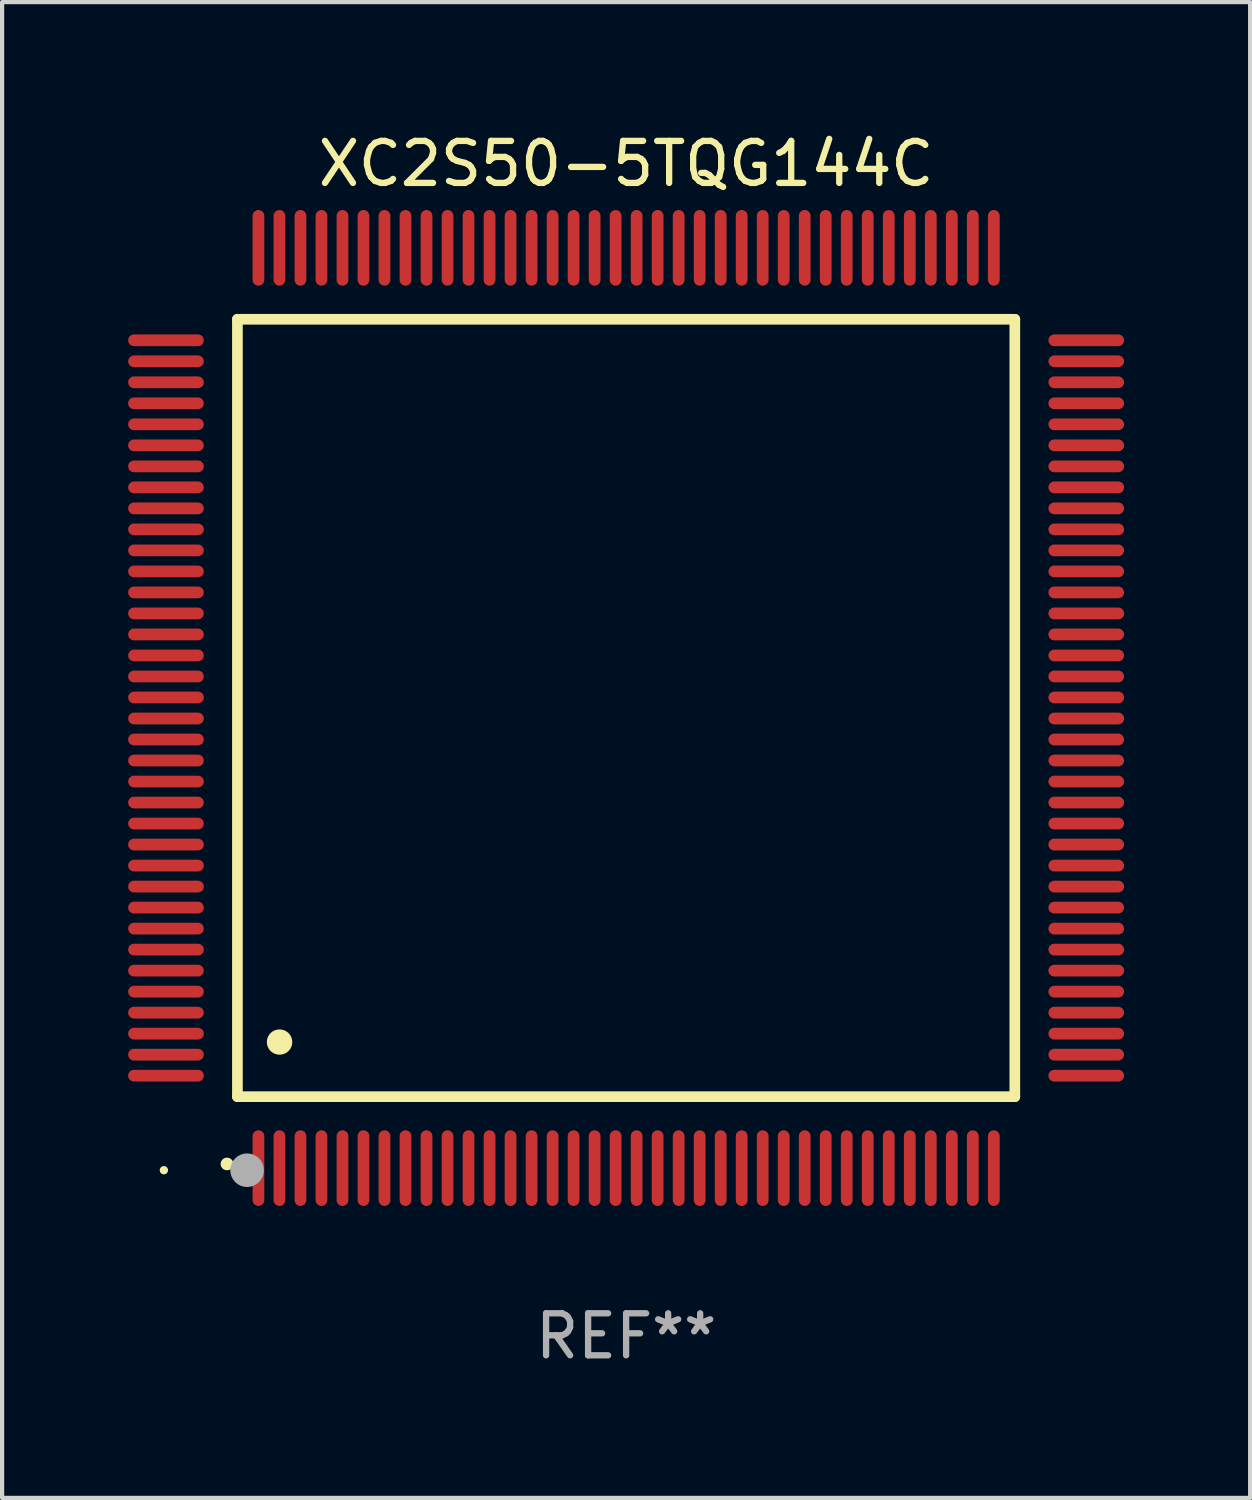
<source format=kicad_pcb>
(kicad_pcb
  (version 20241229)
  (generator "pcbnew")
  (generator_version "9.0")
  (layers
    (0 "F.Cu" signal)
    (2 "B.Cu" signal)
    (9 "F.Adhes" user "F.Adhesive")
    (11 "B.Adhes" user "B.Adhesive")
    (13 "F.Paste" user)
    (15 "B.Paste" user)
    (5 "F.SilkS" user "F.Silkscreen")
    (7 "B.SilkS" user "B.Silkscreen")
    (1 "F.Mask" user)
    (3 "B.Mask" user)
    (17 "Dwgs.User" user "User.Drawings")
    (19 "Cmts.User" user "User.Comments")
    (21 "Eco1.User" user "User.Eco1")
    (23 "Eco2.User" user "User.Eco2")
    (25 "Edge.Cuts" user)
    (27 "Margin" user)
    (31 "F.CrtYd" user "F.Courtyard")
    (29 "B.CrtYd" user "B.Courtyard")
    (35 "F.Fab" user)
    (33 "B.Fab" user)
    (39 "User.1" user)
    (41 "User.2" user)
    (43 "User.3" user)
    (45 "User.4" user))
  (footprint "XC2S50-5TQG144C"
    (layer "F.Cu")
    (at 11.85 13.798)
    (property "Reference" "XC2S50-5TQG144C" (at 0 -12.95 0) (layer "F.SilkS") (effects (font (size 1 1) (thickness 0.15))))
    (attr through_hole)
    (fp_line (start -9.25 -9.25) (end -9.25 9.25) (stroke (width 0.254) (type solid)) (layer "F.SilkS"))
    (fp_line (start -9.25 9.25) (end 9.25 9.25) (stroke (width 0.254) (type solid)) (layer "F.SilkS"))
    (fp_line (start 9.25 -9.25) (end -9.25 -9.25) (stroke (width 0.254) (type solid)) (layer "F.SilkS"))
    (fp_line (start 9.25 9.25) (end 9.25 -9.25) (stroke (width 0.254) (type solid)) (layer "F.SilkS"))
    (fp_arc (start -9.499619 10.850902) (mid -9.498349 10.850897) (end -9.497079 10.850902) (stroke (width 0.3) (type solid)) (layer "F.SilkS"))
    (fp_arc (start -8.249936 7.950216) (mid -8.247396 7.950205) (end -8.244856 7.950216) (stroke (width 0.6) (type solid)) (layer "F.SilkS"))
    (fp_circle (center -11 11) (end -10.95 11) (stroke (width 0.1) (type solid)) (fill no) (layer "F.SilkS"))
    (fp_circle (center -9.02 11) (end -8.82 11) (stroke (width 0.4) (type solid)) (fill no) (layer "F.Fab"))
    (fp_text user "REF**" (at 0 14.95 0) (layer "F.Fab") (effects (font (size 1 1) (thickness 0.15))))
    (pad "1" smd oval (at -8.75 10.95) (size 0.28 1.8) (layers "F.Cu" "F.Mask" "F.Paste"))
    (pad "2" smd oval (at -8.25 10.95) (size 0.28 1.8) (layers "F.Cu" "F.Mask" "F.Paste"))
    (pad "3" smd oval (at -7.75 10.95) (size 0.28 1.8) (layers "F.Cu" "F.Mask" "F.Paste"))
    (pad "4" smd oval (at -7.25 10.95) (size 0.28 1.8) (layers "F.Cu" "F.Mask" "F.Paste"))
    (pad "5" smd oval (at -6.75 10.95) (size 0.28 1.8) (layers "F.Cu" "F.Mask" "F.Paste"))
    (pad "6" smd oval (at -6.25 10.95) (size 0.28 1.8) (layers "F.Cu" "F.Mask" "F.Paste"))
    (pad "7" smd oval (at -5.75 10.95) (size 0.28 1.8) (layers "F.Cu" "F.Mask" "F.Paste"))
    (pad "8" smd oval (at -5.25 10.95) (size 0.28 1.8) (layers "F.Cu" "F.Mask" "F.Paste"))
    (pad "9" smd oval (at -4.75 10.95) (size 0.28 1.8) (layers "F.Cu" "F.Mask" "F.Paste"))
    (pad "10" smd oval (at -4.25 10.95) (size 0.28 1.8) (layers "F.Cu" "F.Mask" "F.Paste"))
    (pad "11" smd oval (at -3.75 10.95) (size 0.28 1.8) (layers "F.Cu" "F.Mask" "F.Paste"))
    (pad "12" smd oval (at -3.25 10.95) (size 0.28 1.8) (layers "F.Cu" "F.Mask" "F.Paste"))
    (pad "13" smd oval (at -2.75 10.95) (size 0.28 1.8) (layers "F.Cu" "F.Mask" "F.Paste"))
    (pad "14" smd oval (at -2.25 10.95) (size 0.28 1.8) (layers "F.Cu" "F.Mask" "F.Paste"))
    (pad "15" smd oval (at -1.75 10.95) (size 0.28 1.8) (layers "F.Cu" "F.Mask" "F.Paste"))
    (pad "16" smd oval (at -1.25 10.95) (size 0.28 1.8) (layers "F.Cu" "F.Mask" "F.Paste"))
    (pad "17" smd oval (at -0.75 10.95) (size 0.28 1.8) (layers "F.Cu" "F.Mask" "F.Paste"))
    (pad "18" smd oval (at -0.25 10.95) (size 0.28 1.8) (layers "F.Cu" "F.Mask" "F.Paste"))
    (pad "19" smd oval (at 0.25 10.95) (size 0.28 1.8) (layers "F.Cu" "F.Mask" "F.Paste"))
    (pad "20" smd oval (at 0.75 10.95) (size 0.28 1.8) (layers "F.Cu" "F.Mask" "F.Paste"))
    (pad "21" smd oval (at 1.25 10.95) (size 0.28 1.8) (layers "F.Cu" "F.Mask" "F.Paste"))
    (pad "22" smd oval (at 1.75 10.95) (size 0.28 1.8) (layers "F.Cu" "F.Mask" "F.Paste"))
    (pad "23" smd oval (at 2.25 10.95) (size 0.28 1.8) (layers "F.Cu" "F.Mask" "F.Paste"))
    (pad "24" smd oval (at 2.75 10.95) (size 0.28 1.8) (layers "F.Cu" "F.Mask" "F.Paste"))
    (pad "25" smd oval (at 3.25 10.95) (size 0.28 1.8) (layers "F.Cu" "F.Mask" "F.Paste"))
    (pad "26" smd oval (at 3.75 10.95) (size 0.28 1.8) (layers "F.Cu" "F.Mask" "F.Paste"))
    (pad "27" smd oval (at 4.25 10.95) (size 0.28 1.8) (layers "F.Cu" "F.Mask" "F.Paste"))
    (pad "28" smd oval (at 4.75 10.95) (size 0.28 1.8) (layers "F.Cu" "F.Mask" "F.Paste"))
    (pad "29" smd oval (at 5.25 10.95) (size 0.28 1.8) (layers "F.Cu" "F.Mask" "F.Paste"))
    (pad "30" smd oval (at 5.75 10.95) (size 0.28 1.8) (layers "F.Cu" "F.Mask" "F.Paste"))
    (pad "31" smd oval (at 6.25 10.95) (size 0.28 1.8) (layers "F.Cu" "F.Mask" "F.Paste"))
    (pad "32" smd oval (at 6.75 10.95) (size 0.28 1.8) (layers "F.Cu" "F.Mask" "F.Paste"))
    (pad "33" smd oval (at 7.25 10.95) (size 0.28 1.8) (layers "F.Cu" "F.Mask" "F.Paste"))
    (pad "34" smd oval (at 7.75 10.95) (size 0.28 1.8) (layers "F.Cu" "F.Mask" "F.Paste"))
    (pad "35" smd oval (at 8.25 10.95) (size 0.28 1.8) (layers "F.Cu" "F.Mask" "F.Paste"))
    (pad "36" smd oval (at 8.75 10.95) (size 0.28 1.8) (layers "F.Cu" "F.Mask" "F.Paste"))
    (pad "37" smd oval (at 10.95 8.75) (size 1.8 0.28) (layers "F.Cu" "F.Mask" "F.Paste"))
    (pad "38" smd oval (at 10.95 8.25) (size 1.8 0.28) (layers "F.Cu" "F.Mask" "F.Paste"))
    (pad "39" smd oval (at 10.95 7.75) (size 1.8 0.28) (layers "F.Cu" "F.Mask" "F.Paste"))
    (pad "40" smd oval (at 10.95 7.25) (size 1.8 0.28) (layers "F.Cu" "F.Mask" "F.Paste"))
    (pad "41" smd oval (at 10.95 6.75) (size 1.8 0.28) (layers "F.Cu" "F.Mask" "F.Paste"))
    (pad "42" smd oval (at 10.95 6.25) (size 1.8 0.28) (layers "F.Cu" "F.Mask" "F.Paste"))
    (pad "43" smd oval (at 10.95 5.75) (size 1.8 0.28) (layers "F.Cu" "F.Mask" "F.Paste"))
    (pad "44" smd oval (at 10.95 5.25) (size 1.8 0.28) (layers "F.Cu" "F.Mask" "F.Paste"))
    (pad "45" smd oval (at 10.95 4.75) (size 1.8 0.28) (layers "F.Cu" "F.Mask" "F.Paste"))
    (pad "46" smd oval (at 10.95 4.25) (size 1.8 0.28) (layers "F.Cu" "F.Mask" "F.Paste"))
    (pad "47" smd oval (at 10.95 3.75) (size 1.8 0.28) (layers "F.Cu" "F.Mask" "F.Paste"))
    (pad "48" smd oval (at 10.95 3.25) (size 1.8 0.28) (layers "F.Cu" "F.Mask" "F.Paste"))
    (pad "49" smd oval (at 10.95 2.75) (size 1.8 0.28) (layers "F.Cu" "F.Mask" "F.Paste"))
    (pad "50" smd oval (at 10.95 2.25) (size 1.8 0.28) (layers "F.Cu" "F.Mask" "F.Paste"))
    (pad "51" smd oval (at 10.95 1.75) (size 1.8 0.28) (layers "F.Cu" "F.Mask" "F.Paste"))
    (pad "52" smd oval (at 10.95 1.25) (size 1.8 0.28) (layers "F.Cu" "F.Mask" "F.Paste"))
    (pad "53" smd oval (at 10.95 0.75) (size 1.8 0.28) (layers "F.Cu" "F.Mask" "F.Paste"))
    (pad "54" smd oval (at 10.95 0.25) (size 1.8 0.28) (layers "F.Cu" "F.Mask" "F.Paste"))
    (pad "55" smd oval (at 10.95 -0.25) (size 1.8 0.28) (layers "F.Cu" "F.Mask" "F.Paste"))
    (pad "56" smd oval (at 10.95 -0.75) (size 1.8 0.28) (layers "F.Cu" "F.Mask" "F.Paste"))
    (pad "57" smd oval (at 10.95 -1.25) (size 1.8 0.28) (layers "F.Cu" "F.Mask" "F.Paste"))
    (pad "58" smd oval (at 10.95 -1.75) (size 1.8 0.28) (layers "F.Cu" "F.Mask" "F.Paste"))
    (pad "59" smd oval (at 10.95 -2.25) (size 1.8 0.28) (layers "F.Cu" "F.Mask" "F.Paste"))
    (pad "60" smd oval (at 10.95 -2.75) (size 1.8 0.28) (layers "F.Cu" "F.Mask" "F.Paste"))
    (pad "61" smd oval (at 10.95 -3.25) (size 1.8 0.28) (layers "F.Cu" "F.Mask" "F.Paste"))
    (pad "62" smd oval (at 10.95 -3.75) (size 1.8 0.28) (layers "F.Cu" "F.Mask" "F.Paste"))
    (pad "63" smd oval (at 10.95 -4.25) (size 1.8 0.28) (layers "F.Cu" "F.Mask" "F.Paste"))
    (pad "64" smd oval (at 10.95 -4.75) (size 1.8 0.28) (layers "F.Cu" "F.Mask" "F.Paste"))
    (pad "65" smd oval (at 10.95 -5.25) (size 1.8 0.28) (layers "F.Cu" "F.Mask" "F.Paste"))
    (pad "66" smd oval (at 10.95 -5.75) (size 1.8 0.28) (layers "F.Cu" "F.Mask" "F.Paste"))
    (pad "67" smd oval (at 10.95 -6.25) (size 1.8 0.28) (layers "F.Cu" "F.Mask" "F.Paste"))
    (pad "68" smd oval (at 10.95 -6.75) (size 1.8 0.28) (layers "F.Cu" "F.Mask" "F.Paste"))
    (pad "69" smd oval (at 10.95 -7.25) (size 1.8 0.28) (layers "F.Cu" "F.Mask" "F.Paste"))
    (pad "70" smd oval (at 10.95 -7.75) (size 1.8 0.28) (layers "F.Cu" "F.Mask" "F.Paste"))
    (pad "71" smd oval (at 10.95 -8.25) (size 1.8 0.28) (layers "F.Cu" "F.Mask" "F.Paste"))
    (pad "72" smd oval (at 10.95 -8.75) (size 1.8 0.28) (layers "F.Cu" "F.Mask" "F.Paste"))
    (pad "73" smd oval (at 8.75 -10.95) (size 0.28 1.8) (layers "F.Cu" "F.Mask" "F.Paste"))
    (pad "74" smd oval (at 8.25 -10.95) (size 0.28 1.8) (layers "F.Cu" "F.Mask" "F.Paste"))
    (pad "75" smd oval (at 7.75 -10.95) (size 0.28 1.8) (layers "F.Cu" "F.Mask" "F.Paste"))
    (pad "76" smd oval (at 7.25 -10.95) (size 0.28 1.8) (layers "F.Cu" "F.Mask" "F.Paste"))
    (pad "77" smd oval (at 6.75 -10.95) (size 0.28 1.8) (layers "F.Cu" "F.Mask" "F.Paste"))
    (pad "78" smd oval (at 6.25 -10.95) (size 0.28 1.8) (layers "F.Cu" "F.Mask" "F.Paste"))
    (pad "79" smd oval (at 5.75 -10.95) (size 0.28 1.8) (layers "F.Cu" "F.Mask" "F.Paste"))
    (pad "80" smd oval (at 5.25 -10.95) (size 0.28 1.8) (layers "F.Cu" "F.Mask" "F.Paste"))
    (pad "81" smd oval (at 4.75 -10.95) (size 0.28 1.8) (layers "F.Cu" "F.Mask" "F.Paste"))
    (pad "82" smd oval (at 4.25 -10.95) (size 0.28 1.8) (layers "F.Cu" "F.Mask" "F.Paste"))
    (pad "83" smd oval (at 3.75 -10.95) (size 0.28 1.8) (layers "F.Cu" "F.Mask" "F.Paste"))
    (pad "84" smd oval (at 3.25 -10.95) (size 0.28 1.8) (layers "F.Cu" "F.Mask" "F.Paste"))
    (pad "85" smd oval (at 2.75 -10.95) (size 0.28 1.8) (layers "F.Cu" "F.Mask" "F.Paste"))
    (pad "86" smd oval (at 2.25 -10.95) (size 0.28 1.8) (layers "F.Cu" "F.Mask" "F.Paste"))
    (pad "87" smd oval (at 1.75 -10.95) (size 0.28 1.8) (layers "F.Cu" "F.Mask" "F.Paste"))
    (pad "88" smd oval (at 1.25 -10.95) (size 0.28 1.8) (layers "F.Cu" "F.Mask" "F.Paste"))
    (pad "89" smd oval (at 0.75 -10.95) (size 0.28 1.8) (layers "F.Cu" "F.Mask" "F.Paste"))
    (pad "90" smd oval (at 0.25 -10.95) (size 0.28 1.8) (layers "F.Cu" "F.Mask" "F.Paste"))
    (pad "91" smd oval (at -0.25 -10.95) (size 0.28 1.8) (layers "F.Cu" "F.Mask" "F.Paste"))
    (pad "92" smd oval (at -0.75 -10.95) (size 0.28 1.8) (layers "F.Cu" "F.Mask" "F.Paste"))
    (pad "93" smd oval (at -1.25 -10.95) (size 0.28 1.8) (layers "F.Cu" "F.Mask" "F.Paste"))
    (pad "94" smd oval (at -1.75 -10.95) (size 0.28 1.8) (layers "F.Cu" "F.Mask" "F.Paste"))
    (pad "95" smd oval (at -2.25 -10.95) (size 0.28 1.8) (layers "F.Cu" "F.Mask" "F.Paste"))
    (pad "96" smd oval (at -2.75 -10.95) (size 0.28 1.8) (layers "F.Cu" "F.Mask" "F.Paste"))
    (pad "97" smd oval (at -3.25 -10.95) (size 0.28 1.8) (layers "F.Cu" "F.Mask" "F.Paste"))
    (pad "98" smd oval (at -3.75 -10.95) (size 0.28 1.8) (layers "F.Cu" "F.Mask" "F.Paste"))
    (pad "99" smd oval (at -4.25 -10.95) (size 0.28 1.8) (layers "F.Cu" "F.Mask" "F.Paste"))
    (pad "100" smd oval (at -4.75 -10.95) (size 0.28 1.8) (layers "F.Cu" "F.Mask" "F.Paste"))
    (pad "101" smd oval (at -5.25 -10.95) (size 0.28 1.8) (layers "F.Cu" "F.Mask" "F.Paste"))
    (pad "102" smd oval (at -5.75 -10.95) (size 0.28 1.8) (layers "F.Cu" "F.Mask" "F.Paste"))
    (pad "103" smd oval (at -6.25 -10.95) (size 0.28 1.8) (layers "F.Cu" "F.Mask" "F.Paste"))
    (pad "104" smd oval (at -6.75 -10.95) (size 0.28 1.8) (layers "F.Cu" "F.Mask" "F.Paste"))
    (pad "105" smd oval (at -7.25 -10.95) (size 0.28 1.8) (layers "F.Cu" "F.Mask" "F.Paste"))
    (pad "106" smd oval (at -7.75 -10.95) (size 0.28 1.8) (layers "F.Cu" "F.Mask" "F.Paste"))
    (pad "107" smd oval (at -8.25 -10.95) (size 0.28 1.8) (layers "F.Cu" "F.Mask" "F.Paste"))
    (pad "108" smd oval (at -8.75 -10.95) (size 0.28 1.8) (layers "F.Cu" "F.Mask" "F.Paste"))
    (pad "109" smd oval (at -10.95 -8.75) (size 1.8 0.28) (layers "F.Cu" "F.Mask" "F.Paste"))
    (pad "110" smd oval (at -10.95 -8.25) (size 1.8 0.28) (layers "F.Cu" "F.Mask" "F.Paste"))
    (pad "111" smd oval (at -10.95 -7.75) (size 1.8 0.28) (layers "F.Cu" "F.Mask" "F.Paste"))
    (pad "112" smd oval (at -10.95 -7.25) (size 1.8 0.28) (layers "F.Cu" "F.Mask" "F.Paste"))
    (pad "113" smd oval (at -10.95 -6.75) (size 1.8 0.28) (layers "F.Cu" "F.Mask" "F.Paste"))
    (pad "114" smd oval (at -10.95 -6.25) (size 1.8 0.28) (layers "F.Cu" "F.Mask" "F.Paste"))
    (pad "115" smd oval (at -10.95 -5.75) (size 1.8 0.28) (layers "F.Cu" "F.Mask" "F.Paste"))
    (pad "116" smd oval (at -10.95 -5.25) (size 1.8 0.28) (layers "F.Cu" "F.Mask" "F.Paste"))
    (pad "117" smd oval (at -10.95 -4.75) (size 1.8 0.28) (layers "F.Cu" "F.Mask" "F.Paste"))
    (pad "118" smd oval (at -10.95 -4.25) (size 1.8 0.28) (layers "F.Cu" "F.Mask" "F.Paste"))
    (pad "119" smd oval (at -10.95 -3.75) (size 1.8 0.28) (layers "F.Cu" "F.Mask" "F.Paste"))
    (pad "120" smd oval (at -10.95 -3.25) (size 1.8 0.28) (layers "F.Cu" "F.Mask" "F.Paste"))
    (pad "121" smd oval (at -10.95 -2.75) (size 1.8 0.28) (layers "F.Cu" "F.Mask" "F.Paste"))
    (pad "122" smd oval (at -10.95 -2.25) (size 1.8 0.28) (layers "F.Cu" "F.Mask" "F.Paste"))
    (pad "123" smd oval (at -10.95 -1.75) (size 1.8 0.28) (layers "F.Cu" "F.Mask" "F.Paste"))
    (pad "124" smd oval (at -10.95 -1.25) (size 1.8 0.28) (layers "F.Cu" "F.Mask" "F.Paste"))
    (pad "125" smd oval (at -10.95 -0.75) (size 1.8 0.28) (layers "F.Cu" "F.Mask" "F.Paste"))
    (pad "126" smd oval (at -10.95 -0.25) (size 1.8 0.28) (layers "F.Cu" "F.Mask" "F.Paste"))
    (pad "127" smd oval (at -10.95 0.25) (size 1.8 0.28) (layers "F.Cu" "F.Mask" "F.Paste"))
    (pad "128" smd oval (at -10.95 0.75) (size 1.8 0.28) (layers "F.Cu" "F.Mask" "F.Paste"))
    (pad "129" smd oval (at -10.95 1.25) (size 1.8 0.28) (layers "F.Cu" "F.Mask" "F.Paste"))
    (pad "130" smd oval (at -10.95 1.75) (size 1.8 0.28) (layers "F.Cu" "F.Mask" "F.Paste"))
    (pad "131" smd oval (at -10.95 2.25) (size 1.8 0.28) (layers "F.Cu" "F.Mask" "F.Paste"))
    (pad "132" smd oval (at -10.95 2.75) (size 1.8 0.28) (layers "F.Cu" "F.Mask" "F.Paste"))
    (pad "133" smd oval (at -10.95 3.25) (size 1.8 0.28) (layers "F.Cu" "F.Mask" "F.Paste"))
    (pad "134" smd oval (at -10.95 3.75) (size 1.8 0.28) (layers "F.Cu" "F.Mask" "F.Paste"))
    (pad "135" smd oval (at -10.95 4.25) (size 1.8 0.28) (layers "F.Cu" "F.Mask" "F.Paste"))
    (pad "136" smd oval (at -10.95 4.75) (size 1.8 0.28) (layers "F.Cu" "F.Mask" "F.Paste"))
    (pad "137" smd oval (at -10.95 5.25) (size 1.8 0.28) (layers "F.Cu" "F.Mask" "F.Paste"))
    (pad "138" smd oval (at -10.95 5.75) (size 1.8 0.28) (layers "F.Cu" "F.Mask" "F.Paste"))
    (pad "139" smd oval (at -10.95 6.25) (size 1.8 0.28) (layers "F.Cu" "F.Mask" "F.Paste"))
    (pad "140" smd oval (at -10.95 6.75) (size 1.8 0.28) (layers "F.Cu" "F.Mask" "F.Paste"))
    (pad "141" smd oval (at -10.95 7.25) (size 1.8 0.28) (layers "F.Cu" "F.Mask" "F.Paste"))
    (pad "142" smd oval (at -10.95 7.75) (size 1.8 0.28) (layers "F.Cu" "F.Mask" "F.Paste"))
    (pad "143" smd oval (at -10.95 8.25) (size 1.8 0.28) (layers "F.Cu" "F.Mask" "F.Paste"))
    (pad "144" smd oval (at -10.95 8.75) (size 1.8 0.28) (layers "F.Cu" "F.Mask" "F.Paste")))
  (gr_rect
    (start -3 -3)
    (end 26.7 32.596)
    (stroke (width 0.1) (type default))
    (fill no)
    (layer "Edge.Cuts")))
</source>
